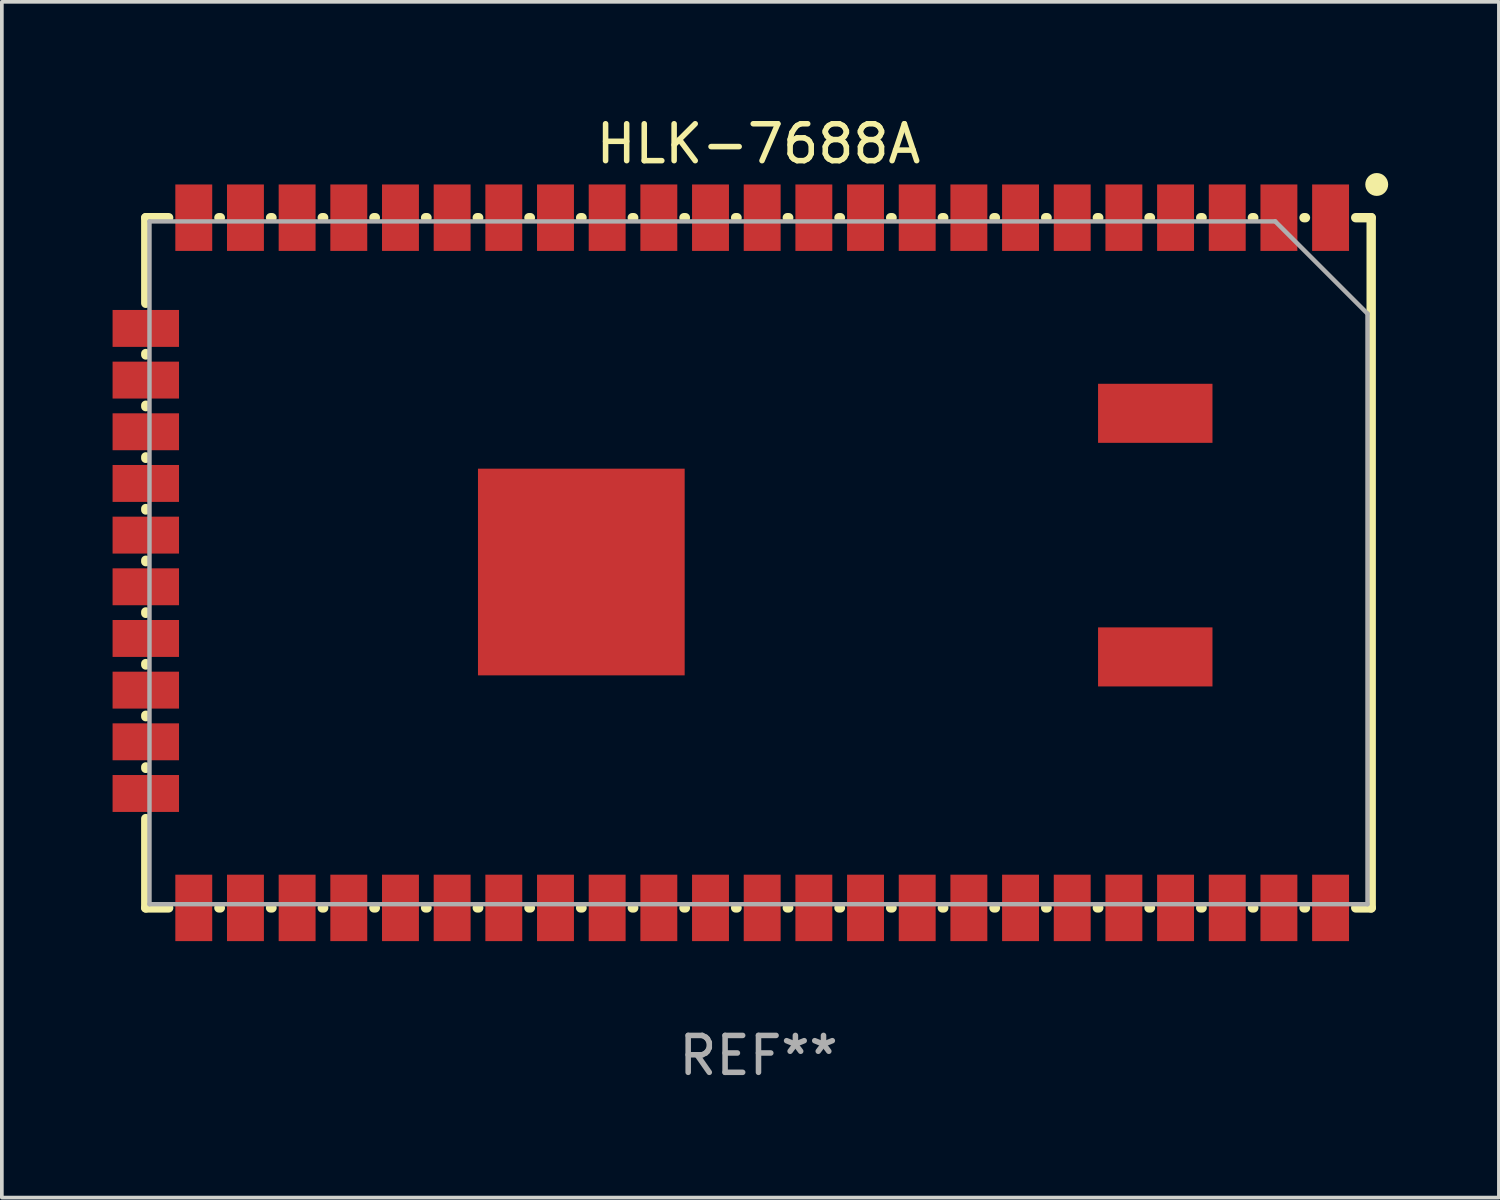
<source format=kicad_pcb>
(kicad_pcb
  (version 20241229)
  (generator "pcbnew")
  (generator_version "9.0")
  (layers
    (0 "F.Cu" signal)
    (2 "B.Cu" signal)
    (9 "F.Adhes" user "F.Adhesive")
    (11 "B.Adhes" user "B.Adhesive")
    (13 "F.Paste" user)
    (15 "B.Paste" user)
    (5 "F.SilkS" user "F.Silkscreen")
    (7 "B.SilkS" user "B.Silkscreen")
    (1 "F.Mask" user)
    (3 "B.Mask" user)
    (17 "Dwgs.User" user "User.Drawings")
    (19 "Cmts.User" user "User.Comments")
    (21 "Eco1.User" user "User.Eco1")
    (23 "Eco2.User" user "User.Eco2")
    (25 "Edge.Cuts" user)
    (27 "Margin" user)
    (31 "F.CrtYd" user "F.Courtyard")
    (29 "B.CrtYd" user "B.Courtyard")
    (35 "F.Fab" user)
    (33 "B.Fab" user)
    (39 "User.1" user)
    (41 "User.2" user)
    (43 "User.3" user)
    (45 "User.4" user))
  (footprint "HLK-7688A"
    (layer "F.Cu")
    (at 17.5 12.198)
    (property "Reference" "HLK-7688A" (at 0 -11.35 0) (layer "F.SilkS") (effects (font (size 1 1) (thickness 0.15))))
    (attr through_hole)
    (fp_line (start -16.6 -9.35) (end -16.6 -7.031) (stroke (width 0.254) (type solid)) (layer "F.SilkS"))
    (fp_line (start -16.6 -9.35) (end -15.981 -9.35) (stroke (width 0.254) (type solid)) (layer "F.SilkS"))
    (fp_line (start -16.6 -5.669) (end -16.6 -5.631) (stroke (width 0.254) (type solid)) (layer "F.SilkS"))
    (fp_line (start -16.6 -4.269) (end -16.6 -4.231) (stroke (width 0.254) (type solid)) (layer "F.SilkS"))
    (fp_line (start -16.6 -2.869) (end -16.6 -2.831) (stroke (width 0.254) (type solid)) (layer "F.SilkS"))
    (fp_line (start -16.6 -1.469) (end -16.6 -1.431) (stroke (width 0.254) (type solid)) (layer "F.SilkS"))
    (fp_line (start -16.6 -0.069) (end -16.6 -0.031) (stroke (width 0.254) (type solid)) (layer "F.SilkS"))
    (fp_line (start -16.6 1.331) (end -16.6 1.369) (stroke (width 0.254) (type solid)) (layer "F.SilkS"))
    (fp_line (start -16.6 2.731) (end -16.6 2.769) (stroke (width 0.254) (type solid)) (layer "F.SilkS"))
    (fp_line (start -16.6 4.131) (end -16.6 4.169) (stroke (width 0.254) (type solid)) (layer "F.SilkS"))
    (fp_line (start -16.6 5.531) (end -16.6 5.569) (stroke (width 0.254) (type solid)) (layer "F.SilkS"))
    (fp_line (start -16.6 6.931) (end -16.6 9.35) (stroke (width 0.254) (type solid)) (layer "F.SilkS"))
    (fp_line (start -16.6 9.35) (end -15.981 9.35) (stroke (width 0.254) (type solid)) (layer "F.SilkS"))
    (fp_line (start -14.619 -9.35) (end -14.581 -9.35) (stroke (width 0.254) (type solid)) (layer "F.SilkS"))
    (fp_line (start -14.619 9.35) (end -14.581 9.35) (stroke (width 0.254) (type solid)) (layer "F.SilkS"))
    (fp_line (start -13.219 -9.35) (end -13.181 -9.35) (stroke (width 0.254) (type solid)) (layer "F.SilkS"))
    (fp_line (start -13.219 9.35) (end -13.181 9.35) (stroke (width 0.254) (type solid)) (layer "F.SilkS"))
    (fp_line (start -11.819 -9.35) (end -11.781 -9.35) (stroke (width 0.254) (type solid)) (layer "F.SilkS"))
    (fp_line (start -11.819 9.35) (end -11.781 9.35) (stroke (width 0.254) (type solid)) (layer "F.SilkS"))
    (fp_line (start -10.419 -9.35) (end -10.381 -9.35) (stroke (width 0.254) (type solid)) (layer "F.SilkS"))
    (fp_line (start -10.419 9.35) (end -10.381 9.35) (stroke (width 0.254) (type solid)) (layer "F.SilkS"))
    (fp_line (start -9.019 -9.35) (end -8.981 -9.35) (stroke (width 0.254) (type solid)) (layer "F.SilkS"))
    (fp_line (start -9.019 9.35) (end -8.981 9.35) (stroke (width 0.254) (type solid)) (layer "F.SilkS"))
    (fp_line (start -7.619 -9.35) (end -7.581 -9.35) (stroke (width 0.254) (type solid)) (layer "F.SilkS"))
    (fp_line (start -7.619 9.35) (end -7.581 9.35) (stroke (width 0.254) (type solid)) (layer "F.SilkS"))
    (fp_line (start -6.219 -9.35) (end -6.181 -9.35) (stroke (width 0.254) (type solid)) (layer "F.SilkS"))
    (fp_line (start -6.219 9.35) (end -6.181 9.35) (stroke (width 0.254) (type solid)) (layer "F.SilkS"))
    (fp_line (start -4.819 -9.35) (end -4.781 -9.35) (stroke (width 0.254) (type solid)) (layer "F.SilkS"))
    (fp_line (start -4.819 9.35) (end -4.781 9.35) (stroke (width 0.254) (type solid)) (layer "F.SilkS"))
    (fp_line (start -3.419 -9.35) (end -3.381 -9.35) (stroke (width 0.254) (type solid)) (layer "F.SilkS"))
    (fp_line (start -3.419 9.35) (end -3.381 9.35) (stroke (width 0.254) (type solid)) (layer "F.SilkS"))
    (fp_line (start -2.019 -9.35) (end -1.981 -9.35) (stroke (width 0.254) (type solid)) (layer "F.SilkS"))
    (fp_line (start -2.019 9.35) (end -1.981 9.35) (stroke (width 0.254) (type solid)) (layer "F.SilkS"))
    (fp_line (start -0.619 -9.35) (end -0.581 -9.35) (stroke (width 0.254) (type solid)) (layer "F.SilkS"))
    (fp_line (start -0.619 9.35) (end -0.581 9.35) (stroke (width 0.254) (type solid)) (layer "F.SilkS"))
    (fp_line (start 0.781 -9.35) (end 0.819 -9.35) (stroke (width 0.254) (type solid)) (layer "F.SilkS"))
    (fp_line (start 0.781 9.35) (end 0.819 9.35) (stroke (width 0.254) (type solid)) (layer "F.SilkS"))
    (fp_line (start 2.181 -9.35) (end 2.219 -9.35) (stroke (width 0.254) (type solid)) (layer "F.SilkS"))
    (fp_line (start 2.181 9.35) (end 2.219 9.35) (stroke (width 0.254) (type solid)) (layer "F.SilkS"))
    (fp_line (start 3.581 -9.35) (end 3.619 -9.35) (stroke (width 0.254) (type solid)) (layer "F.SilkS"))
    (fp_line (start 3.581 9.35) (end 3.619 9.35) (stroke (width 0.254) (type solid)) (layer "F.SilkS"))
    (fp_line (start 4.981 -9.35) (end 5.019 -9.35) (stroke (width 0.254) (type solid)) (layer "F.SilkS"))
    (fp_line (start 4.981 9.35) (end 5.019 9.35) (stroke (width 0.254) (type solid)) (layer "F.SilkS"))
    (fp_line (start 6.381 -9.35) (end 6.419 -9.35) (stroke (width 0.254) (type solid)) (layer "F.SilkS"))
    (fp_line (start 6.381 9.35) (end 6.419 9.35) (stroke (width 0.254) (type solid)) (layer "F.SilkS"))
    (fp_line (start 7.781 -9.35) (end 7.819 -9.35) (stroke (width 0.254) (type solid)) (layer "F.SilkS"))
    (fp_line (start 7.781 9.35) (end 7.819 9.35) (stroke (width 0.254) (type solid)) (layer "F.SilkS"))
    (fp_line (start 9.181 -9.35) (end 9.219 -9.35) (stroke (width 0.254) (type solid)) (layer "F.SilkS"))
    (fp_line (start 9.181 9.35) (end 9.219 9.35) (stroke (width 0.254) (type solid)) (layer "F.SilkS"))
    (fp_line (start 10.581 -9.35) (end 10.619 -9.35) (stroke (width 0.254) (type solid)) (layer "F.SilkS"))
    (fp_line (start 10.581 9.35) (end 10.619 9.35) (stroke (width 0.254) (type solid)) (layer "F.SilkS"))
    (fp_line (start 11.981 -9.35) (end 12.019 -9.35) (stroke (width 0.254) (type solid)) (layer "F.SilkS"))
    (fp_line (start 11.981 9.35) (end 12.019 9.35) (stroke (width 0.254) (type solid)) (layer "F.SilkS"))
    (fp_line (start 13.381 -9.35) (end 13.419 -9.35) (stroke (width 0.254) (type solid)) (layer "F.SilkS"))
    (fp_line (start 13.381 9.35) (end 13.419 9.35) (stroke (width 0.254) (type solid)) (layer "F.SilkS"))
    (fp_line (start 14.781 -9.35) (end 14.819 -9.35) (stroke (width 0.254) (type solid)) (layer "F.SilkS"))
    (fp_line (start 14.781 9.35) (end 14.819 9.35) (stroke (width 0.254) (type solid)) (layer "F.SilkS"))
    (fp_line (start 16.6 -9.35) (end 16.181 -9.35) (stroke (width 0.254) (type solid)) (layer "F.SilkS"))
    (fp_line (start 16.6 9.35) (end 16.181 9.35) (stroke (width 0.254) (type solid)) (layer "F.SilkS"))
    (fp_line (start 16.6 9.35) (end 16.6 -9.35) (stroke (width 0.254) (type solid)) (layer "F.SilkS"))
    (fp_circle (center 16.75 -10.25) (end 17 -10.25) (stroke (width 0.12) (type solid)) (fill yes) (layer "F.SilkS"))
    (fp_line (start -16.5 -9.25) (end -16.5 9.25) (stroke (width 0.12) (type default)) (layer "F.Fab"))
    (fp_line (start -16.5 9.25) (end 16.5 9.25) (stroke (width 0.12) (type default)) (layer "F.Fab"))
    (fp_line (start 14 -9.25) (end -16.5 -9.25) (stroke (width 0.12) (type default)) (layer "F.Fab"))
    (fp_line (start 14 -9.25) (end 16.5 -6.75) (stroke (width 0.12) (type default)) (layer "F.Fab"))
    (fp_line (start 16.5 9.25) (end 16.5 -6.75) (stroke (width 0.12) (type default)) (layer "F.Fab"))
    (fp_text user "REF**" (at 0 13.35 0) (layer "F.Fab") (effects (font (size 1 1) (thickness 0.15))))
    (pad "1" smd rect (at 15.5 -9.35) (size 1 1.8) (layers "F.Cu" "F.Mask" "F.Paste"))
    (pad "2" smd rect (at 14.1 -9.35) (size 1 1.8) (layers "F.Cu" "F.Mask" "F.Paste"))
    (pad "3" smd rect (at 12.7 -9.35) (size 1 1.8) (layers "F.Cu" "F.Mask" "F.Paste"))
    (pad "4" smd rect (at 11.3 -9.35) (size 1 1.8) (layers "F.Cu" "F.Mask" "F.Paste"))
    (pad "5" smd rect (at 9.9 -9.35) (size 1 1.8) (layers "F.Cu" "F.Mask" "F.Paste"))
    (pad "6" smd rect (at 8.5 -9.35) (size 1 1.8) (layers "F.Cu" "F.Mask" "F.Paste"))
    (pad "7" smd rect (at 7.1 -9.35) (size 1 1.8) (layers "F.Cu" "F.Mask" "F.Paste"))
    (pad "8" smd rect (at 5.7 -9.35) (size 1 1.8) (layers "F.Cu" "F.Mask" "F.Paste"))
    (pad "9" smd rect (at 4.3 -9.35) (size 1 1.8) (layers "F.Cu" "F.Mask" "F.Paste"))
    (pad "10" smd rect (at 2.9 -9.35) (size 1 1.8) (layers "F.Cu" "F.Mask" "F.Paste"))
    (pad "11" smd rect (at 1.5 -9.35) (size 1 1.8) (layers "F.Cu" "F.Mask" "F.Paste"))
    (pad "12" smd rect (at 0.1 -9.35) (size 1 1.8) (layers "F.Cu" "F.Mask" "F.Paste"))
    (pad "13" smd rect (at -1.3 -9.35) (size 1 1.8) (layers "F.Cu" "F.Mask" "F.Paste"))
    (pad "14" smd rect (at -2.7 -9.35) (size 1 1.8) (layers "F.Cu" "F.Mask" "F.Paste"))
    (pad "15" smd rect (at -4.1 -9.35) (size 1 1.8) (layers "F.Cu" "F.Mask" "F.Paste"))
    (pad "16" smd rect (at -5.5 -9.35) (size 1 1.8) (layers "F.Cu" "F.Mask" "F.Paste"))
    (pad "17" smd rect (at -6.9 -9.35) (size 1 1.8) (layers "F.Cu" "F.Mask" "F.Paste"))
    (pad "18" smd rect (at -8.3 -9.35) (size 1 1.8) (layers "F.Cu" "F.Mask" "F.Paste"))
    (pad "19" smd rect (at -9.7 -9.35) (size 1 1.8) (layers "F.Cu" "F.Mask" "F.Paste"))
    (pad "20" smd rect (at -11.1 -9.35) (size 1 1.8) (layers "F.Cu" "F.Mask" "F.Paste"))
    (pad "21" smd rect (at -12.5 -9.35) (size 1 1.8) (layers "F.Cu" "F.Mask" "F.Paste"))
    (pad "22" smd rect (at -13.9 -9.35) (size 1 1.8) (layers "F.Cu" "F.Mask" "F.Paste"))
    (pad "23" smd rect (at -15.3 -9.35) (size 1 1.8) (layers "F.Cu" "F.Mask" "F.Paste"))
    (pad "24" smd rect (at -16.6 -6.35 90) (size 1 1.8) (layers "F.Cu" "F.Mask" "F.Paste"))
    (pad "25" smd rect (at -16.6 -4.95 90) (size 1 1.8) (layers "F.Cu" "F.Mask" "F.Paste"))
    (pad "26" smd rect (at -16.6 -3.55 90) (size 1 1.8) (layers "F.Cu" "F.Mask" "F.Paste"))
    (pad "27" smd rect (at -16.6 -2.15 90) (size 1 1.8) (layers "F.Cu" "F.Mask" "F.Paste"))
    (pad "28" smd rect (at -16.6 -0.75 90) (size 1 1.8) (layers "F.Cu" "F.Mask" "F.Paste"))
    (pad "29" smd rect (at -16.6 0.65 90) (size 1 1.8) (layers "F.Cu" "F.Mask" "F.Paste"))
    (pad "30" smd rect (at -16.6 2.05 90) (size 1 1.8) (layers "F.Cu" "F.Mask" "F.Paste"))
    (pad "31" smd rect (at -16.6 3.45 90) (size 1 1.8) (layers "F.Cu" "F.Mask" "F.Paste"))
    (pad "32" smd rect (at -16.6 4.85 90) (size 1 1.8) (layers "F.Cu" "F.Mask" "F.Paste"))
    (pad "33" smd rect (at -16.6 6.25 90) (size 1 1.8) (layers "F.Cu" "F.Mask" "F.Paste"))
    (pad "34" smd rect (at -15.3 9.35 180) (size 1 1.8) (layers "F.Cu" "F.Mask" "F.Paste"))
    (pad "35" smd rect (at -13.9 9.35 180) (size 1 1.8) (layers "F.Cu" "F.Mask" "F.Paste"))
    (pad "36" smd rect (at -12.5 9.35 180) (size 1 1.8) (layers "F.Cu" "F.Mask" "F.Paste"))
    (pad "37" smd rect (at -11.1 9.35 180) (size 1 1.8) (layers "F.Cu" "F.Mask" "F.Paste"))
    (pad "38" smd rect (at -9.7 9.35 180) (size 1 1.8) (layers "F.Cu" "F.Mask" "F.Paste"))
    (pad "39" smd rect (at -8.3 9.35 180) (size 1 1.8) (layers "F.Cu" "F.Mask" "F.Paste"))
    (pad "40" smd rect (at -6.9 9.35 180) (size 1 1.8) (layers "F.Cu" "F.Mask" "F.Paste"))
    (pad "41" smd rect (at -5.5 9.35 180) (size 1 1.8) (layers "F.Cu" "F.Mask" "F.Paste"))
    (pad "42" smd rect (at -4.1 9.35 180) (size 1 1.8) (layers "F.Cu" "F.Mask" "F.Paste"))
    (pad "43" smd rect (at -2.7 9.35 180) (size 1 1.8) (layers "F.Cu" "F.Mask" "F.Paste"))
    (pad "44" smd rect (at -1.3 9.35 180) (size 1 1.8) (layers "F.Cu" "F.Mask" "F.Paste"))
    (pad "45" smd rect (at 0.1 9.35 180) (size 1 1.8) (layers "F.Cu" "F.Mask" "F.Paste"))
    (pad "46" smd rect (at 1.5 9.35 180) (size 1 1.8) (layers "F.Cu" "F.Mask" "F.Paste"))
    (pad "47" smd rect (at 2.9 9.35 180) (size 1 1.8) (layers "F.Cu" "F.Mask" "F.Paste"))
    (pad "48" smd rect (at 4.3 9.35 180) (size 1 1.8) (layers "F.Cu" "F.Mask" "F.Paste"))
    (pad "49" smd rect (at 5.7 9.35 180) (size 1 1.8) (layers "F.Cu" "F.Mask" "F.Paste"))
    (pad "50" smd rect (at 7.1 9.35 180) (size 1 1.8) (layers "F.Cu" "F.Mask" "F.Paste"))
    (pad "51" smd rect (at 8.5 9.35 180) (size 1 1.8) (layers "F.Cu" "F.Mask" "F.Paste"))
    (pad "52" smd rect (at 9.9 9.35 180) (size 1 1.8) (layers "F.Cu" "F.Mask" "F.Paste"))
    (pad "53" smd rect (at 11.3 9.35 180) (size 1 1.8) (layers "F.Cu" "F.Mask" "F.Paste"))
    (pad "54" smd rect (at 12.7 9.35 180) (size 1 1.8) (layers "F.Cu" "F.Mask" "F.Paste"))
    (pad "55" smd rect (at 14.1 9.35 180) (size 1 1.8) (layers "F.Cu" "F.Mask" "F.Paste"))
    (pad "56" smd rect (at 15.5 9.35 180) (size 1 1.8) (layers "F.Cu" "F.Mask" "F.Paste"))
    (pad "57" smd rect (at -4.8 0.25) (size 5.6 5.6) (layers "F.Cu" "F.Mask" "F.Paste"))
    (pad "58" smd rect (at 10.75 2.55) (size 3.1 1.6) (layers "F.Cu" "F.Mask" "F.Paste"))
    (pad "59" smd rect (at 10.75 -4.05) (size 3.1 1.6) (layers "F.Cu" "F.Mask" "F.Paste")))
  (gr_rect
    (start -3 -3)
    (end 37.56 29.397)
    (stroke (width 0.1) (type default))
    (fill no)
    (layer "Edge.Cuts")))
</source>
